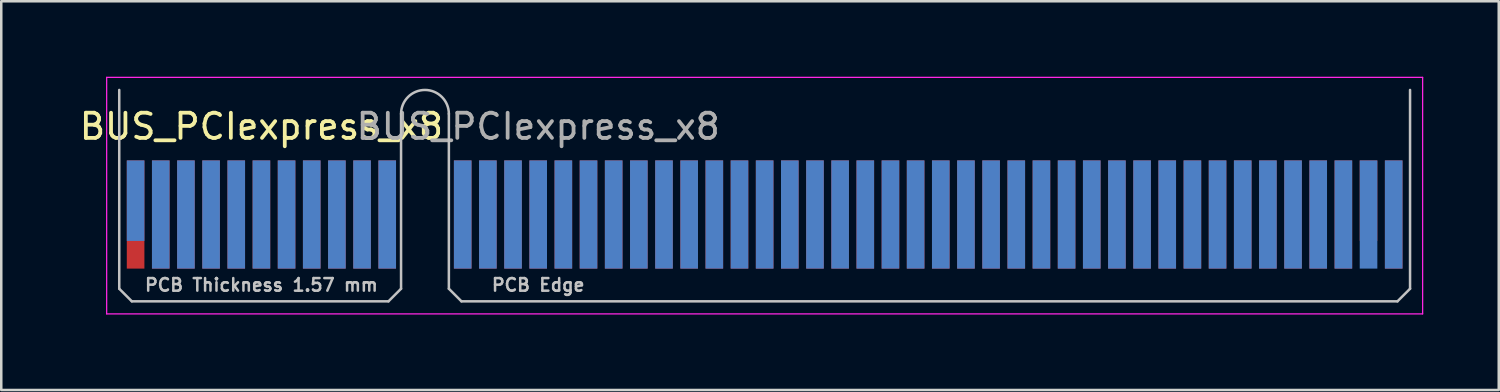
<source format=kicad_pcb>
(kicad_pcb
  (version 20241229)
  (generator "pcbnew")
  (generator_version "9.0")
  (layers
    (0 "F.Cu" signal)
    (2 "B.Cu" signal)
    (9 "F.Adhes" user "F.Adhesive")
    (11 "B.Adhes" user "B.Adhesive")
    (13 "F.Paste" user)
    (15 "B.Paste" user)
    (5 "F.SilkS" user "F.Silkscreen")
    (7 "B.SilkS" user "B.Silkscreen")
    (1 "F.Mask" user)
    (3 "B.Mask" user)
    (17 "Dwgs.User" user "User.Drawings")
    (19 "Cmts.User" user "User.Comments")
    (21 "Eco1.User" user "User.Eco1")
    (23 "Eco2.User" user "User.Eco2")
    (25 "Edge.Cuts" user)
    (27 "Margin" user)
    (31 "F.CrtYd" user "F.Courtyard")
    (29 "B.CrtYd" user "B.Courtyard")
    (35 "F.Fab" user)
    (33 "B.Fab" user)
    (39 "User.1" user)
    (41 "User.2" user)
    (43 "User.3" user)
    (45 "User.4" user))
  (footprint "BUS_PCIexpress_x8"
    (layer "F.Cu")
    (at 2.339 5.475)
    (property "Reference" "BUS_PCIexpress_x8" (at 5 -3.5 0) (layer "F.SilkS") (effects (font (size 1 1) (thickness 0.15))))
    (attr exclude_from_pos_files exclude_from_bom)
    (fp_line (start -0.65 -4.95) (end -0.65 2.95) (stroke (width 0.1) (type solid)) (layer "Dwgs.User"))
    (fp_line (start -0.65 2.95) (end -0.15 3.45) (stroke (width 0.1) (type solid)) (layer "Dwgs.User"))
    (fp_line (start -0.15 3.45) (end 10.05 3.45) (stroke (width 0.1) (type solid)) (layer "Dwgs.User"))
    (fp_line (start 10.55 -4) (end 10.55 2.95) (stroke (width 0.1) (type solid)) (layer "Dwgs.User"))
    (fp_line (start 10.55 2.95) (end 10.05 3.45) (stroke (width 0.1) (type solid)) (layer "Dwgs.User"))
    (fp_line (start 12.45 -4) (end 12.45 2.95) (stroke (width 0.1) (type solid)) (layer "Dwgs.User"))
    (fp_line (start 12.45 2.95) (end 12.95 3.45) (stroke (width 0.1) (type solid)) (layer "Dwgs.User"))
    (fp_line (start 12.95 3.45) (end 50.15 3.45) (stroke (width 0.1) (type solid)) (layer "Dwgs.User"))
    (fp_line (start 50.65 -4.95) (end 50.65 2.95) (stroke (width 0.1) (type solid)) (layer "Dwgs.User"))
    (fp_line (start 50.65 2.95) (end 50.15 3.45) (stroke (width 0.1) (type solid)) (layer "Dwgs.User"))
    (fp_arc (start 10.55 -4) (mid 11.5 -4.95) (end 12.45 -4) (stroke (width 0.1) (type solid)) (layer "Dwgs.User"))
    (fp_line (start -1.15 -5.45) (end -1.15 3.95) (stroke (width 0.05) (type solid)) (layer "F.CrtYd"))
    (fp_line (start -1.15 -5.45) (end 51.15 -5.45) (stroke (width 0.05) (type solid)) (layer "F.CrtYd"))
    (fp_line (start 51.15 3.95) (end -1.15 3.95) (stroke (width 0.05) (type solid)) (layer "F.CrtYd"))
    (fp_line (start 51.15 3.95) (end 51.15 -5.45) (stroke (width 0.05) (type solid)) (layer "F.CrtYd"))
    (fp_text user "PCB Edge" (at 16 2.8 180) (layer "Dwgs.User") (effects (font (size 0.5 0.5) (thickness 0.1))))
    (fp_text user "PCB Thickness 1.57 mm" (at 5 2.8 180) (layer "Dwgs.User") (effects (font (size 0.5 0.5) (thickness 0.1))))
    (fp_text user "${REFERENCE}" (at 16 -3.5 0) (layer "F.Fab") (effects (font (size 1 1) (thickness 0.15))))
    (pad "A1" connect rect (at 0 -0.55) (size 0.7 3.2) (layers "B.Cu" "B.Mask"))
    (pad "A2" connect rect (at 1 0) (size 0.7 4.3) (layers "B.Cu" "B.Mask"))
    (pad "A3" connect rect (at 2 0) (size 0.7 4.3) (layers "B.Cu" "B.Mask"))
    (pad "A4" connect rect (at 3 0) (size 0.7 4.3) (layers "B.Cu" "B.Mask"))
    (pad "A5" connect rect (at 4 0) (size 0.7 4.3) (layers "B.Cu" "B.Mask"))
    (pad "A6" connect rect (at 5 0) (size 0.7 4.3) (layers "B.Cu" "B.Mask"))
    (pad "A7" connect rect (at 6 0) (size 0.7 4.3) (layers "B.Cu" "B.Mask"))
    (pad "A8" connect rect (at 7 0) (size 0.7 4.3) (layers "B.Cu" "B.Mask"))
    (pad "A9" connect rect (at 8 0) (size 0.7 4.3) (layers "B.Cu" "B.Mask"))
    (pad "A10" connect rect (at 9 0) (size 0.7 4.3) (layers "B.Cu" "B.Mask"))
    (pad "A11" connect rect (at 10 0) (size 0.7 4.3) (layers "B.Cu" "B.Mask"))
    (pad "A12" connect rect (at 13 0) (size 0.7 4.3) (layers "B.Cu" "B.Mask"))
    (pad "A13" connect rect (at 14 0) (size 0.7 4.3) (layers "B.Cu" "B.Mask"))
    (pad "A14" connect rect (at 15 0) (size 0.7 4.3) (layers "B.Cu" "B.Mask"))
    (pad "A15" connect rect (at 16 0) (size 0.7 4.3) (layers "B.Cu" "B.Mask"))
    (pad "A16" connect rect (at 17 0) (size 0.7 4.3) (layers "B.Cu" "B.Mask"))
    (pad "A17" connect rect (at 18 0) (size 0.7 4.3) (layers "B.Cu" "B.Mask"))
    (pad "A18" connect rect (at 19 0) (size 0.7 4.3) (layers "B.Cu" "B.Mask"))
    (pad "A19" connect rect (at 20 0) (size 0.7 4.3) (layers "B.Cu" "B.Mask"))
    (pad "A20" connect rect (at 21 0) (size 0.7 4.3) (layers "B.Cu" "B.Mask"))
    (pad "A21" connect rect (at 22 0) (size 0.7 4.3) (layers "B.Cu" "B.Mask"))
    (pad "A22" connect rect (at 23 0) (size 0.7 4.3) (layers "B.Cu" "B.Mask"))
    (pad "A23" connect rect (at 24 0) (size 0.7 4.3) (layers "B.Cu" "B.Mask"))
    (pad "A24" connect rect (at 25 0) (size 0.7 4.3) (layers "B.Cu" "B.Mask"))
    (pad "A25" connect rect (at 26 0) (size 0.7 4.3) (layers "B.Cu" "B.Mask"))
    (pad "A26" connect rect (at 27 0) (size 0.7 4.3) (layers "B.Cu" "B.Mask"))
    (pad "A27" connect rect (at 28 0) (size 0.7 4.3) (layers "B.Cu" "B.Mask"))
    (pad "A28" connect rect (at 29 0) (size 0.7 4.3) (layers "B.Cu" "B.Mask"))
    (pad "A29" connect rect (at 30 0) (size 0.7 4.3) (layers "B.Cu" "B.Mask"))
    (pad "A30" connect rect (at 31 0) (size 0.7 4.3) (layers "B.Cu" "B.Mask"))
    (pad "A31" connect rect (at 32 0) (size 0.7 4.3) (layers "B.Cu" "B.Mask"))
    (pad "A32" connect rect (at 33 0) (size 0.7 4.3) (layers "B.Cu" "B.Mask"))
    (pad "A33" connect rect (at 34 0) (size 0.7 4.3) (layers "B.Cu" "B.Mask"))
    (pad "A34" connect rect (at 35 0) (size 0.7 4.3) (layers "B.Cu" "B.Mask"))
    (pad "A35" connect rect (at 36 0) (size 0.7 4.3) (layers "B.Cu" "B.Mask"))
    (pad "A36" connect rect (at 37 0) (size 0.7 4.3) (layers "B.Cu" "B.Mask"))
    (pad "A37" connect rect (at 38 0) (size 0.7 4.3) (layers "B.Cu" "B.Mask"))
    (pad "A38" connect rect (at 39 0) (size 0.7 4.3) (layers "B.Cu" "B.Mask"))
    (pad "A39" connect rect (at 40 0) (size 0.7 4.3) (layers "B.Cu" "B.Mask"))
    (pad "A40" connect rect (at 41 0) (size 0.7 4.3) (layers "B.Cu" "B.Mask"))
    (pad "A41" connect rect (at 42 0) (size 0.7 4.3) (layers "B.Cu" "B.Mask"))
    (pad "A42" connect rect (at 43 0) (size 0.7 4.3) (layers "B.Cu" "B.Mask"))
    (pad "A43" connect rect (at 44 0) (size 0.7 4.3) (layers "B.Cu" "B.Mask"))
    (pad "A44" connect rect (at 45 0) (size 0.7 4.3) (layers "B.Cu" "B.Mask"))
    (pad "A45" connect rect (at 46 0) (size 0.7 4.3) (layers "B.Cu" "B.Mask"))
    (pad "A46" connect rect (at 47 0) (size 0.7 4.3) (layers "B.Cu" "B.Mask"))
    (pad "A47" connect rect (at 48 0) (size 0.7 4.3) (layers "B.Cu" "B.Mask"))
    (pad "A48" connect rect (at 49 0) (size 0.7 4.3) (layers "B.Cu" "B.Mask"))
    (pad "A49" connect rect (at 50 0) (size 0.7 4.3) (layers "B.Cu" "B.Mask"))
    (pad "B1" connect rect (at 0 0) (size 0.7 4.3) (layers "F.Cu" "F.Mask"))
    (pad "B2" connect rect (at 1 0) (size 0.7 4.3) (layers "F.Cu" "F.Mask"))
    (pad "B3" connect rect (at 2 0) (size 0.7 4.3) (layers "F.Cu" "F.Mask"))
    (pad "B4" connect rect (at 3 0) (size 0.7 4.3) (layers "F.Cu" "F.Mask"))
    (pad "B5" connect rect (at 4 0) (size 0.7 4.3) (layers "F.Cu" "F.Mask"))
    (pad "B6" connect rect (at 5 0) (size 0.7 4.3) (layers "F.Cu" "F.Mask"))
    (pad "B7" connect rect (at 6 0) (size 0.7 4.3) (layers "F.Cu" "F.Mask"))
    (pad "B8" connect rect (at 7 0) (size 0.7 4.3) (layers "F.Cu" "F.Mask"))
    (pad "B9" connect rect (at 8 0) (size 0.7 4.3) (layers "F.Cu" "F.Mask"))
    (pad "B10" connect rect (at 9 0) (size 0.7 4.3) (layers "F.Cu" "F.Mask"))
    (pad "B11" connect rect (at 10 0) (size 0.7 4.3) (layers "F.Cu" "F.Mask"))
    (pad "B12" connect rect (at 13 0) (size 0.7 4.3) (layers "F.Cu" "F.Mask"))
    (pad "B13" connect rect (at 14 0) (size 0.7 4.3) (layers "F.Cu" "F.Mask"))
    (pad "B14" connect rect (at 15 0) (size 0.7 4.3) (layers "F.Cu" "F.Mask"))
    (pad "B15" connect rect (at 16 0) (size 0.7 4.3) (layers "F.Cu" "F.Mask"))
    (pad "B16" connect rect (at 17 0) (size 0.7 4.3) (layers "F.Cu" "F.Mask"))
    (pad "B17" connect rect (at 18 0) (size 0.7 4.3) (layers "F.Cu" "F.Mask"))
    (pad "B18" connect rect (at 19 0) (size 0.7 4.3) (layers "F.Cu" "F.Mask"))
    (pad "B19" connect rect (at 20 0) (size 0.7 4.3) (layers "F.Cu" "F.Mask"))
    (pad "B20" connect rect (at 21 0) (size 0.7 4.3) (layers "F.Cu" "F.Mask"))
    (pad "B21" connect rect (at 22 0) (size 0.7 4.3) (layers "F.Cu" "F.Mask"))
    (pad "B22" connect rect (at 23 0) (size 0.7 4.3) (layers "F.Cu" "F.Mask"))
    (pad "B23" connect rect (at 24 0) (size 0.7 4.3) (layers "F.Cu" "F.Mask"))
    (pad "B24" connect rect (at 25 0) (size 0.7 4.3) (layers "F.Cu" "F.Mask"))
    (pad "B25" connect rect (at 26 0) (size 0.7 4.3) (layers "F.Cu" "F.Mask"))
    (pad "B26" connect rect (at 27 0) (size 0.7 4.3) (layers "F.Cu" "F.Mask"))
    (pad "B27" connect rect (at 28 0) (size 0.7 4.3) (layers "F.Cu" "F.Mask"))
    (pad "B28" connect rect (at 29 0) (size 0.7 4.3) (layers "F.Cu" "F.Mask"))
    (pad "B29" connect rect (at 30 0) (size 0.7 4.3) (layers "F.Cu" "F.Mask"))
    (pad "B30" connect rect (at 31 0) (size 0.7 4.3) (layers "F.Cu" "F.Mask"))
    (pad "B31" connect rect (at 32 0) (size 0.7 4.3) (layers "F.Cu" "F.Mask"))
    (pad "B32" connect rect (at 33 0) (size 0.7 4.3) (layers "F.Cu" "F.Mask"))
    (pad "B33" connect rect (at 34 0) (size 0.7 4.3) (layers "F.Cu" "F.Mask"))
    (pad "B34" connect rect (at 35 0) (size 0.7 4.3) (layers "F.Cu" "F.Mask"))
    (pad "B35" connect rect (at 36 0) (size 0.7 4.3) (layers "F.Cu" "F.Mask"))
    (pad "B36" connect rect (at 37 0) (size 0.7 4.3) (layers "F.Cu" "F.Mask"))
    (pad "B37" connect rect (at 38 0) (size 0.7 4.3) (layers "F.Cu" "F.Mask"))
    (pad "B38" connect rect (at 39 0) (size 0.7 4.3) (layers "F.Cu" "F.Mask"))
    (pad "B39" connect rect (at 40 0) (size 0.7 4.3) (layers "F.Cu" "F.Mask"))
    (pad "B40" connect rect (at 41 0) (size 0.7 4.3) (layers "F.Cu" "F.Mask"))
    (pad "B41" connect rect (at 42 0) (size 0.7 4.3) (layers "F.Cu" "F.Mask"))
    (pad "B42" connect rect (at 43 0) (size 0.7 4.3) (layers "F.Cu" "F.Mask"))
    (pad "B43" connect rect (at 44 0) (size 0.7 4.3) (layers "F.Cu" "F.Mask"))
    (pad "B44" connect rect (at 45 0) (size 0.7 4.3) (layers "F.Cu" "F.Mask"))
    (pad "B45" connect rect (at 46 0) (size 0.7 4.3) (layers "F.Cu" "F.Mask"))
    (pad "B46" connect rect (at 47 0) (size 0.7 4.3) (layers "F.Cu" "F.Mask"))
    (pad "B47" connect rect (at 48 0) (size 0.7 4.3) (layers "F.Cu" "F.Mask"))
    (pad "B48" connect rect (at 49 -0.55) (size 0.7 3.2) (layers "F.Cu" "F.Mask"))
    (pad "B49" connect rect (at 50 0) (size 0.7 4.3) (layers "F.Cu" "F.Mask")))
  (gr_rect
    (start -3 -3)
    (end 56.514 12.45)
    (stroke (width 0.1) (type default))
    (fill no)
    (layer "Edge.Cuts")))
</source>
